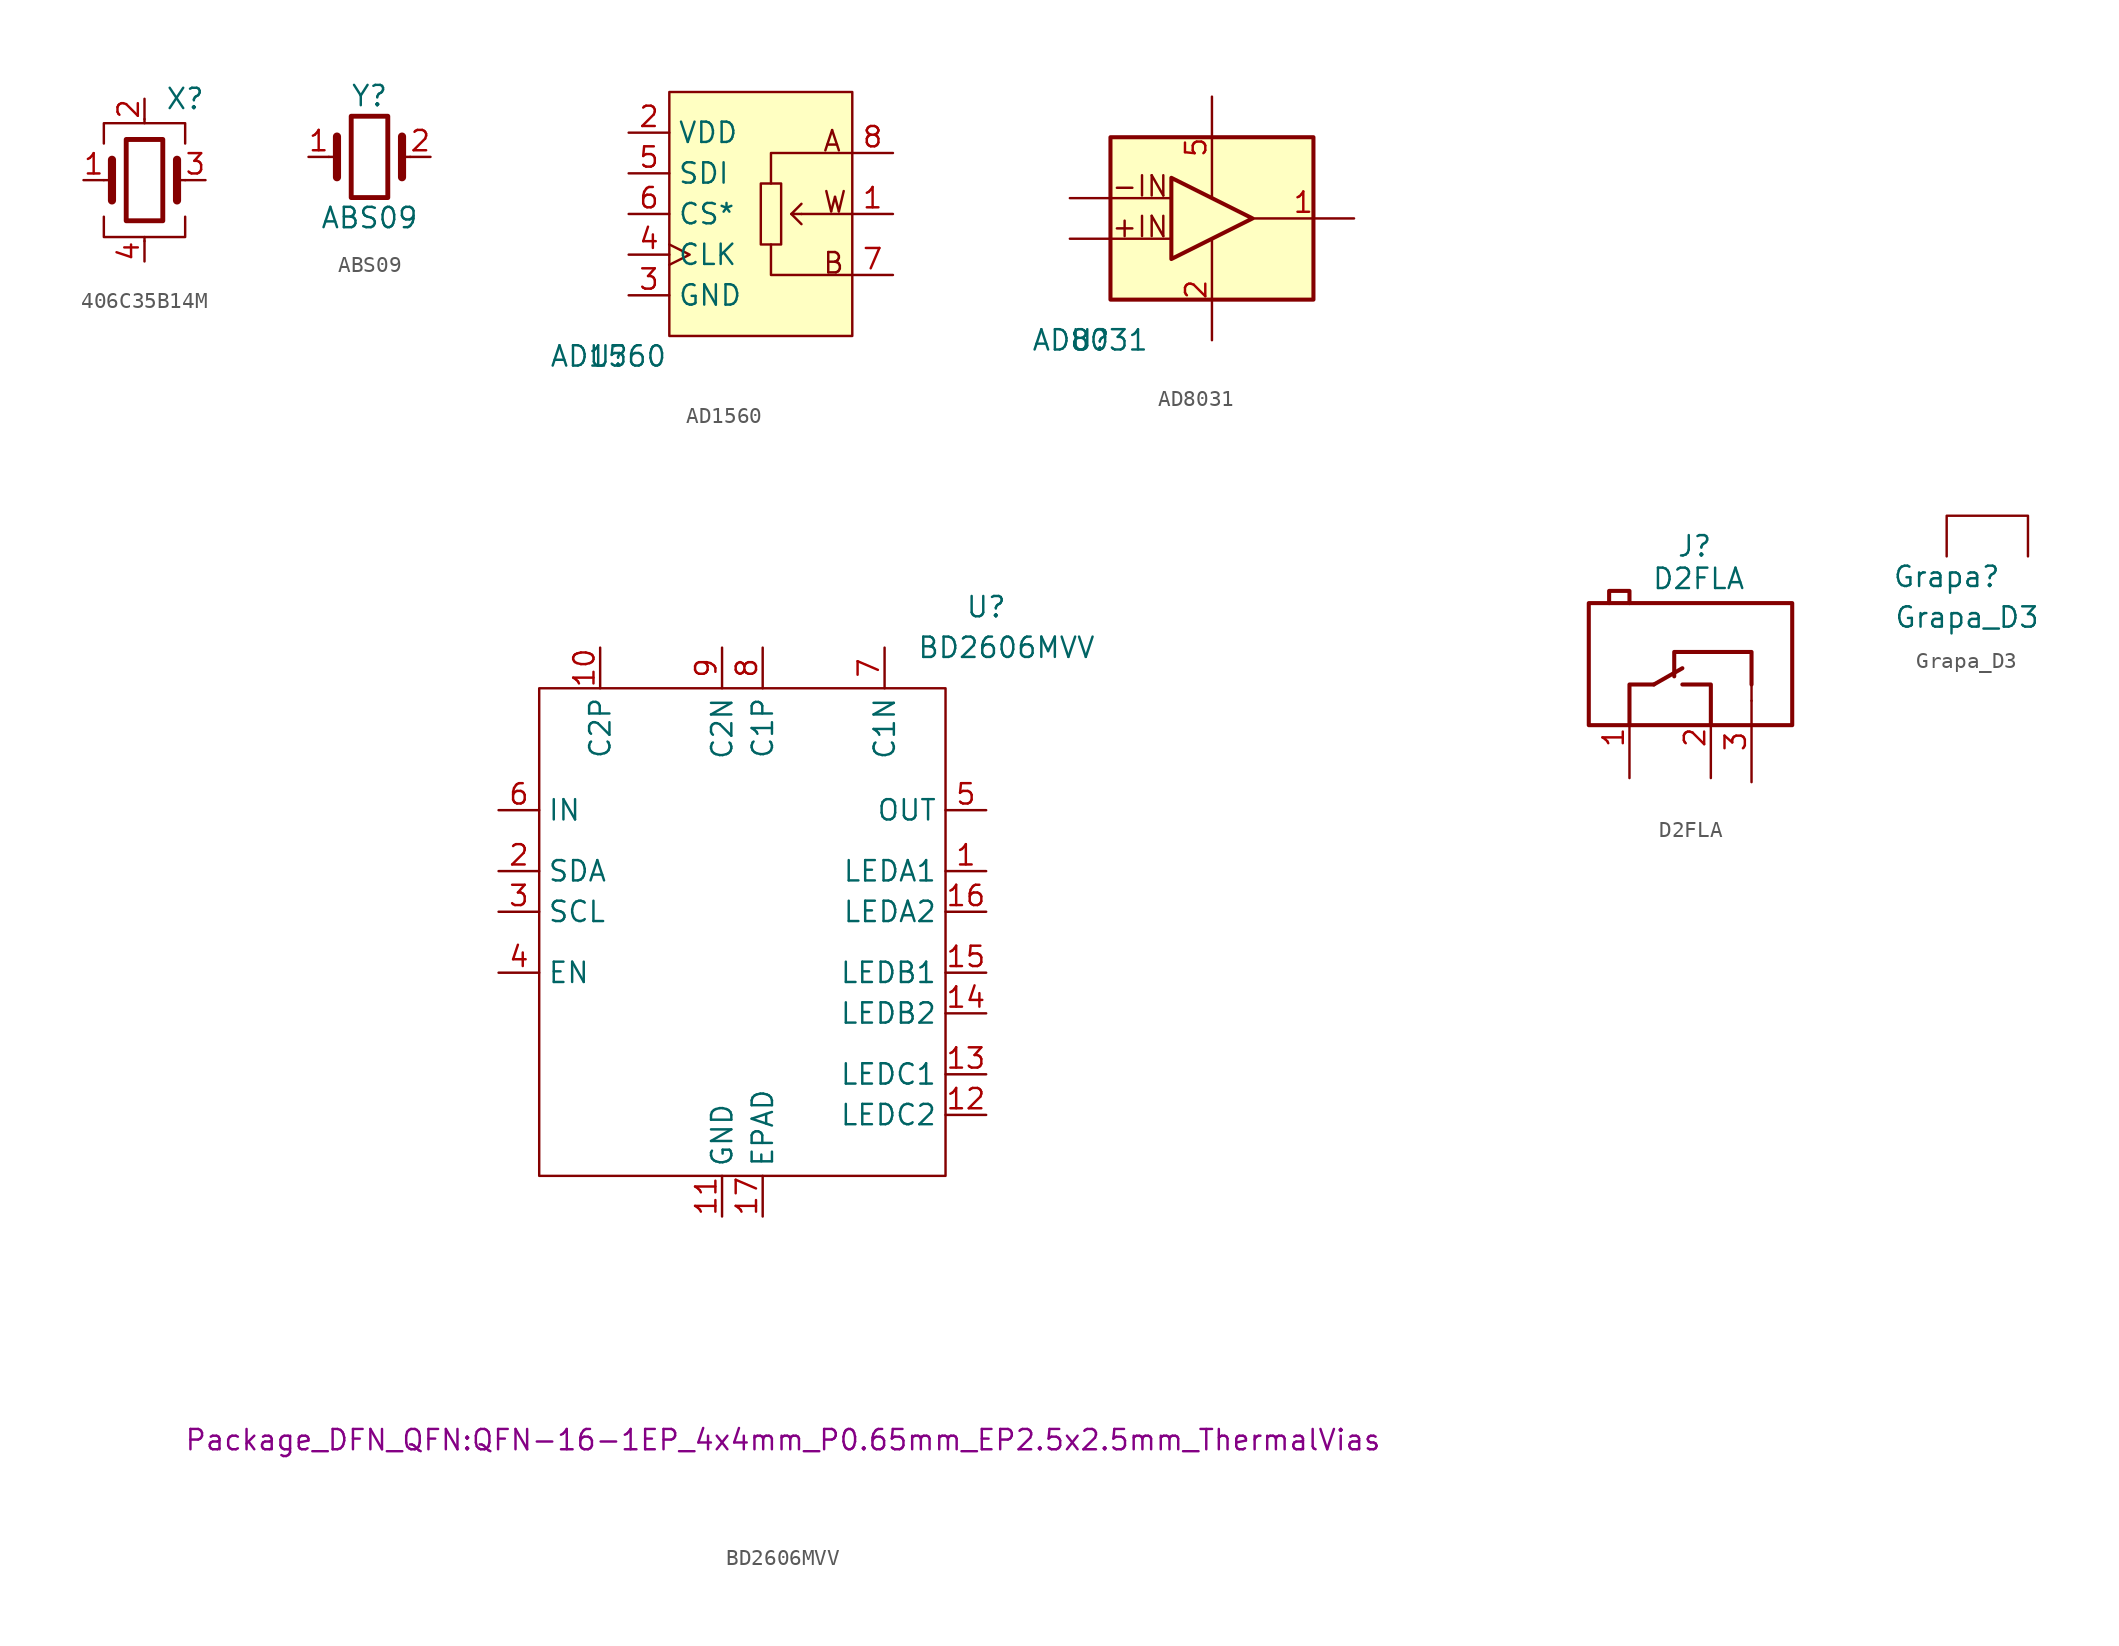
<source format=kicad_sym>
(kicad_symbol_lib
  (version 20220914)
  (generator kicad_symbol_editor)
  (symbol "406C35B14M"
    (property "Reference" "X"
      (at 2.54 5.08 0)
      (effects (font (size 1.27 1.27))))
    (property "Value" ""
      (at 0 0 0)
      (effects (font (size 1.27 1.27))))
    (symbol "406C35B14M_0_1"
      (rectangle (start -1.143 2.54) (end 1.143 -2.54) (stroke (width 0.305) (type default)) (fill (type none)))
      (polyline (pts (xy -2.54 0) (xy -2.032 0)) (stroke (width 0) (type default)) (fill (type none)))
      (polyline (pts (xy -2.032 -1.27) (xy -2.032 1.27)) (stroke (width 0.508) (type default)) (fill (type none)))
      (polyline (pts (xy 0 -3.81) (xy 0 -3.556)) (stroke (width 0) (type default)) (fill (type none)))
      (polyline (pts (xy 0 3.556) (xy 0 3.81)) (stroke (width 0) (type default)) (fill (type none)))
      (polyline (pts (xy 2.032 -1.27) (xy 2.032 1.27)) (stroke (width 0.508) (type default)) (fill (type none)))
      (polyline (pts (xy 2.032 0) (xy 2.54 0)) (stroke (width 0) (type default)) (fill (type none)))
      (polyline (pts (xy -2.54 -2.286) (xy -2.54 -3.556) (xy 2.54 -3.556) (xy 2.54 -2.286)) (stroke (width 0) (type default)) (fill (type none)))
      (polyline (pts (xy -2.54 2.286) (xy -2.54 3.556) (xy 2.54 3.556) (xy 2.54 2.286)) (stroke (width 0) (type default)) (fill (type none))))
    (symbol "406C35B14M_1_1"
      (pin passive line (at -3.81 0 0) (length 1.27) (name "" (effects (font (size 1.27 1.27)))) (number "1" (effects (font (size 1.27 1.27)))))
      (pin passive line (at 0 5.08 270) (length 1.27) (name "" (effects (font (size 1.27 1.27)))) (number "2" (effects (font (size 1.27 1.27)))))
      (pin passive line (at 3.81 0 180) (length 1.27) (name "" (effects (font (size 1.27 1.27)))) (number "3" (effects (font (size 1.27 1.27)))))
      (pin passive line (at 0 -5.08 90) (length 1.27) (name "" (effects (font (size 1.27 1.27)))) (number "4" (effects (font (size 1.27 1.27)))))))
  (symbol "ABS09"
    (property "Reference" "Y"
      (at 0 3.81 0)
      (effects (font (size 1.27 1.27))))
    (property "Value" "ABS09"
      (at 0 -3.81 0)
      (effects (font (size 1.27 1.27))))
    (symbol "ABS09_0_1"
      (rectangle (start -1.143 2.54) (end 1.143 -2.54) (stroke (width 0.305) (type default)) (fill (type none)))
      (polyline (pts (xy -2.54 0) (xy -2.032 0)) (stroke (width 0) (type default)) (fill (type none)))
      (polyline (pts (xy -2.032 -1.27) (xy -2.032 1.27)) (stroke (width 0.508) (type default)) (fill (type none)))
      (polyline (pts (xy 2.032 -1.27) (xy 2.032 1.27)) (stroke (width 0.508) (type default)) (fill (type none)))
      (polyline (pts (xy 2.032 0) (xy 2.54 0)) (stroke (width 0) (type default)) (fill (type none))))
    (symbol "ABS09_1_1"
      (pin passive line (at -3.81 0 0) (length 1.27) (name "" (effects (font (size 1.27 1.27)))) (number "1" (effects (font (size 1.27 1.27)))))
      (pin passive line (at 3.81 0 180) (length 1.27) (name "" (effects (font (size 1.27 1.27)))) (number "2" (effects (font (size 1.27 1.27)))))))
  (symbol "AD1560"
    (property "Reference" "U"
      (at 0 0 0)
      (effects (font (size 1.27 1.27))))
    (property "Value" "AD1560"
      (at 0 0 0)
      (effects (font (size 1.27 1.27))))
    (symbol "AD1560_1_0"
      (polyline (pts (xy 11.43 8.89) (xy 12.065 8.255)) (stroke (width 0) (type default)) (fill (type none)))
      (polyline (pts (xy 15.24 8.89) (xy 12.065 8.89)) (stroke (width 0) (type default)) (fill (type none)))
      (polyline (pts (xy 12.065 8.89) (xy 11.43 8.89) (xy 12.065 9.525)) (stroke (width 0) (type default)) (fill (type none)))
      (polyline (pts (xy 15.24 5.08) (xy 10.16 5.08) (xy 10.16 6.985)) (stroke (width 0) (type default)) (fill (type none)))
      (polyline (pts (xy 15.24 12.7) (xy 10.16 12.7) (xy 10.16 10.795)) (stroke (width 0) (type default)) (fill (type none)))
      (rectangle (start 3.81 16.51) (end 15.24 1.27) (stroke (width 0) (type default)) (fill (type background)))
      (rectangle (start 9.525 10.795) (end 10.795 6.985) (stroke (width 0) (type default)) (fill (type none)))
      (text "A" (at 13.335 12.7 0) (effects (font (size 1.27 1.27)) (justify left bottom)))
      (text "B" (at 13.335 5.08 0) (effects (font (size 1.27 1.27)) (justify left bottom)))
      (text "W" (at 13.335 8.89 0) (effects (font (size 1.27 1.27)) (justify left bottom)))
      (pin passive line (at 17.78 8.89 180) (length 2.54) (name "W" (effects (font (size 0 0)))) (number "1" (effects (font (size 1.27 1.27)))))
      (pin power_in line (at 1.27 13.97 0) (length 2.54) (name "VDD" (effects (font (size 1.27 1.27)))) (number "2" (effects (font (size 1.27 1.27)))))
      (pin passive line (at 1.27 3.81 0) (length 2.54) (name "GND" (effects (font (size 1.27 1.27)))) (number "3" (effects (font (size 1.27 1.27)))))
      (pin input clock (at 1.27 6.35 0) (length 2.54) (name "CLK" (effects (font (size 1.27 1.27)))) (number "4" (effects (font (size 1.27 1.27)))))
      (pin passive line (at 1.27 11.43 0) (length 2.54) (name "SDI" (effects (font (size 1.27 1.27)))) (number "5" (effects (font (size 1.27 1.27)))))
      (pin passive line (at 1.27 8.89 0) (length 2.54) (name "CS*" (effects (font (size 1.27 1.27)))) (number "6" (effects (font (size 1.27 1.27)))))
      (pin passive line (at 17.78 5.08 180) (length 2.54) (name "B" (effects (font (size 0 0)))) (number "7" (effects (font (size 1.27 1.27))))))
    (symbol "AD1560_1_1"
      (pin passive line (at 17.78 12.7 180) (length 2.54) (name "A" (effects (font (size 0 0)))) (number "8" (effects (font (size 1.27 1.27)))))))
  (symbol "AD8031"
    (property "Reference" "U"
      (at 0 0 0)
      (effects (font (size 1.27 1.27))))
    (property "Value" "AD8031"
      (at 0 0 0)
      (effects (font (size 1.27 1.27))))
    (symbol "AD8031_1_0"
      (polyline (pts (xy 5.08 10.16) (xy 5.08 5.08) (xy 10.16 7.62) (xy 5.08 10.16)) (stroke (width 0.254) (type default)) (fill (type none)))
      (rectangle (start 1.27 12.7) (end 13.97 2.54) (stroke (width 0.254) (type default)) (fill (type background)))
      (text "+IN" (at 1.27 6.35 0) (effects (font (size 1.27 1.27)) (justify left bottom)))
      (text "-IN" (at 1.27 8.89 0) (effects (font (size 1.27 1.27)) (justify left bottom)))
      (pin passive line (at 16.51 7.62 180) (length 6.35) (name "VOUT" (effects (font (size 0 0)))) (number "1" (effects (font (size 1.27 1.27)))))
      (pin power_in line (at 7.62 0 90) (length 6.35) (name "-VS" (effects (font (size 0 0)))) (number "2" (effects (font (size 1.27 1.27)))))
      (pin passive line (at -1.27 6.35 0) (length 6.35) (name "+IN" (effects (font (size 0 0)))) (number "3" (effects (font (size 0 0)))))
      (pin passive line (at -1.27 8.89 0) (length 6.35) (name "-IN" (effects (font (size 0 0)))) (number "4" (effects (font (size 0 0)))))
      (pin power_in line (at 7.62 15.24 270) (length 6.35) (name "+VS" (effects (font (size 0 0)))) (number "5" (effects (font (size 1.27 1.27)))))))
  (symbol "BD2606MVV"
    (property "Reference" "U"
      (at 15.24 21.59 0)
      (effects (font (size 1.27 1.27))))
    (property "Value" "BD2606MVV"
      (at 16.51 19.05 0)
      (effects (font (size 1.27 1.27))))
    (property "Footprint" "Package_DFN_QFN:QFN-16-1EP_4x4mm_P0.65mm_EP2.5x2.5mm_ThermalVias"
      (at 2.54 -30.48 0)
      (effects (font (size 1.27 1.27))))
    (symbol "BD2606MVV_0_0"
      (pin unspecified line (at 15.24 5.08 180) (length 2.54) (name "LEDA1" (effects (font (size 1.27 1.27)))) (number "1" (effects (font (size 1.27 1.27)))))
      (pin unspecified line (at -8.89 19.05 270) (length 2.54) (name "C2P" (effects (font (size 1.27 1.27)))) (number "10" (effects (font (size 1.27 1.27)))))
      (pin unspecified line (at -1.27 -16.51 90) (length 2.54) (name "GND" (effects (font (size 1.27 1.27)))) (number "11" (effects (font (size 1.27 1.27)))))
      (pin unspecified line (at 15.24 -10.16 180) (length 2.54) (name "LEDC2" (effects (font (size 1.27 1.27)))) (number "12" (effects (font (size 1.27 1.27)))))
      (pin unspecified line (at 15.24 -7.62 180) (length 2.54) (name "LEDC1" (effects (font (size 1.27 1.27)))) (number "13" (effects (font (size 1.27 1.27)))))
      (pin unspecified line (at 15.24 -3.81 180) (length 2.54) (name "LEDB2" (effects (font (size 1.27 1.27)))) (number "14" (effects (font (size 1.27 1.27)))))
      (pin unspecified line (at 15.24 -1.27 180) (length 2.54) (name "LEDB1" (effects (font (size 1.27 1.27)))) (number "15" (effects (font (size 1.27 1.27)))))
      (pin unspecified line (at 15.24 2.54 180) (length 2.54) (name "LEDA2" (effects (font (size 1.27 1.27)))) (number "16" (effects (font (size 1.27 1.27)))))
      (pin unspecified line (at 1.27 -16.51 90) (length 2.54) (name "EPAD" (effects (font (size 1.27 1.27)))) (number "17" (effects (font (size 1.27 1.27)))))
      (pin unspecified line (at -15.24 5.08 0) (length 2.54) (name "SDA" (effects (font (size 1.27 1.27)))) (number "2" (effects (font (size 1.27 1.27)))))
      (pin unspecified line (at -15.24 2.54 0) (length 2.54) (name "SCL" (effects (font (size 1.27 1.27)))) (number "3" (effects (font (size 1.27 1.27)))))
      (pin unspecified line (at -15.24 -1.27 0) (length 2.54) (name "EN" (effects (font (size 1.27 1.27)))) (number "4" (effects (font (size 1.27 1.27)))))
      (pin unspecified line (at 15.24 8.89 180) (length 2.54) (name "OUT" (effects (font (size 1.27 1.27)))) (number "5" (effects (font (size 1.27 1.27)))))
      (pin unspecified line (at -15.24 8.89 0) (length 2.54) (name "IN" (effects (font (size 1.27 1.27)))) (number "6" (effects (font (size 1.27 1.27)))))
      (pin unspecified line (at 8.89 19.05 270) (length 2.54) (name "C1N" (effects (font (size 1.27 1.27)))) (number "7" (effects (font (size 1.27 1.27)))))
      (pin unspecified line (at 1.27 19.05 270) (length 2.54) (name "C1P" (effects (font (size 1.27 1.27)))) (number "8" (effects (font (size 1.27 1.27)))))
      (pin unspecified line (at -1.27 19.05 270) (length 2.54) (name "C2N" (effects (font (size 1.27 1.27)))) (number "9" (effects (font (size 1.27 1.27))))))
    (symbol "BD2606MVV_0_1"
      (rectangle (start -12.7 16.51) (end 12.7 -13.97) (stroke (width 0) (type default)) (fill (type none)))))
  (symbol "D2FLA"
    (property "Reference" "J"
      (at 0.254 7.62 0)
      (effects (font (size 1.27 1.27))))
    (property "Value" "D2FLA"
      (at 0.508 5.588 0)
      (effects (font (size 1.27 1.27))))
    (symbol "D2FLA_0_1"
      (polyline (pts (xy 3.81 -1.016) (xy 3.81 -2.032)) (stroke (width 0) (type default)) (fill (type none))))
    (symbol "D2FLA_1_0"
      (polyline (pts (xy -2.286 -1.016) (xy -0.508 0)) (stroke (width 0.254) (type default)) (fill (type none)))
      (polyline (pts (xy -3.81 -3.556) (xy -3.81 -1.016) (xy -3.81 -1.016) (xy -2.286 -1.016)) (stroke (width 0.254) (type default)) (fill (type none)))
      (polyline (pts (xy -0.508 -1.016) (xy 1.27 -1.016) (xy 1.27 -1.016) (xy 1.27 -3.556)) (stroke (width 0.254) (type default)) (fill (type none)))
      (polyline (pts (xy -5.08 4.064) (xy -5.08 4.826) (xy -5.08 4.826) (xy -3.81 4.826) (xy -3.81 4.826) (xy -3.81 4.064)) (stroke (width 0.254) (type default)) (fill (type none)))
      (polyline (pts (xy 3.81 -1.016) (xy 3.81 1.016) (xy 3.81 1.016) (xy -1.016 1.016) (xy -1.016 1.016) (xy -1.016 -0.508)) (stroke (width 0.254) (type default)) (fill (type none)))
      (rectangle (start 6.35 4.064) (end -6.35 -3.556) (stroke (width 0.254) (type default)) (fill (type none)))
      (pin passive line (at -3.81 -6.858 90) (length 5.08) (name "COM" (effects (font (size 0 0)))) (number "1" (effects (font (size 1.27 1.27)))))
      (pin passive line (at 1.27 -6.858 90) (length 5.08) (name "NO" (effects (font (size 0 0)))) (number "2" (effects (font (size 1.27 1.27)))))
      (pin passive line (at 3.81 -7.112 90) (length 5.08) (name "NC" (effects (font (size 0 0)))) (number "3" (effects (font (size 1.27 1.27)))))))
  (symbol "Grapa_D3"
    (property "Reference" "Grapa"
      (at 0 -1.27 0)
      (effects (font (size 1.27 1.27))))
    (property "Value" "Grapa_D3"
      (at 1.27 -3.81 0)
      (effects (font (size 1.27 1.27))))
    (symbol "Grapa_D3_0_1"
      (polyline (pts (xy 0 0) (xy 0 2.54) (xy 5.08 2.54) (xy 5.08 0)) (stroke (width 0) (type default)) (fill (type none))))))
</source>
